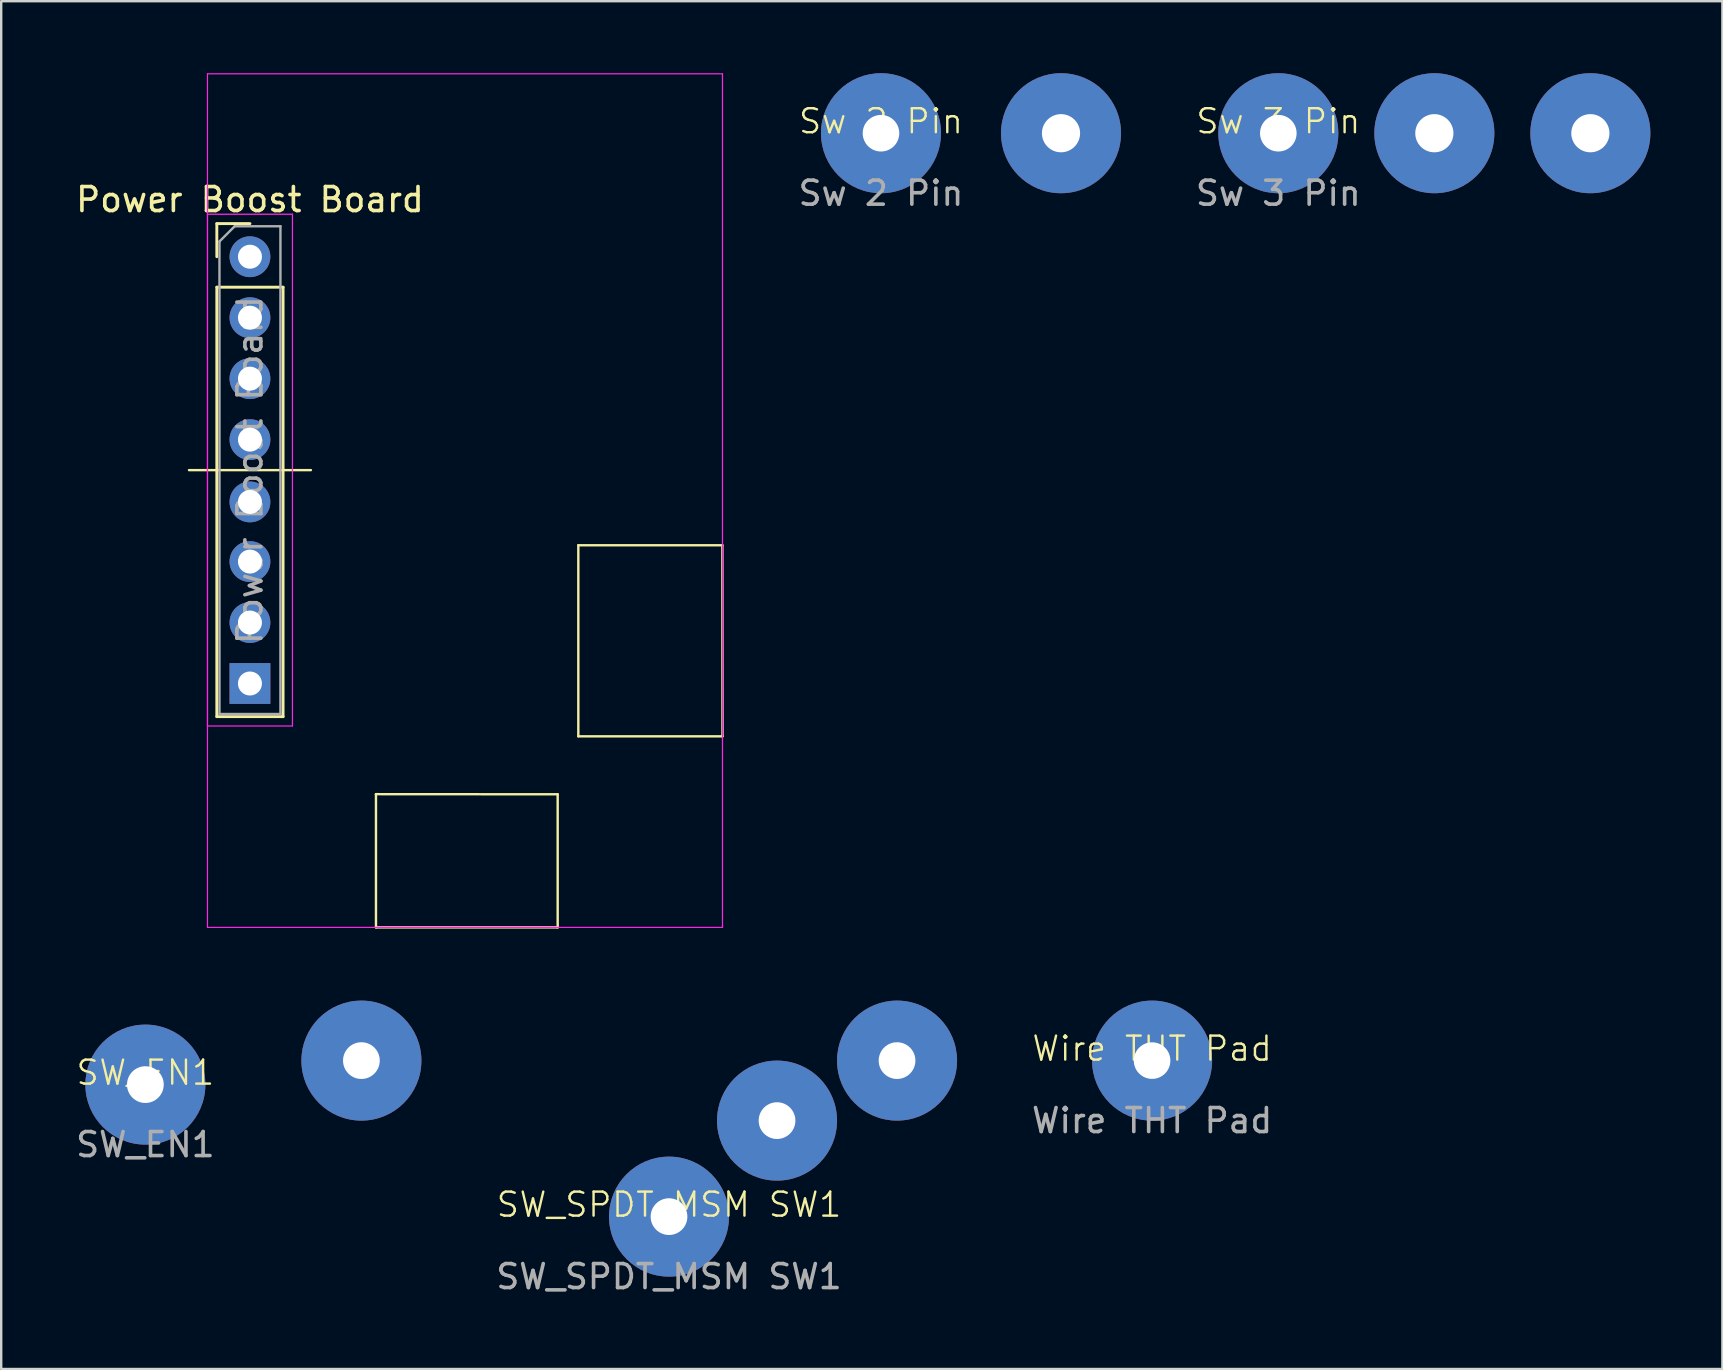
<source format=kicad_pcb>
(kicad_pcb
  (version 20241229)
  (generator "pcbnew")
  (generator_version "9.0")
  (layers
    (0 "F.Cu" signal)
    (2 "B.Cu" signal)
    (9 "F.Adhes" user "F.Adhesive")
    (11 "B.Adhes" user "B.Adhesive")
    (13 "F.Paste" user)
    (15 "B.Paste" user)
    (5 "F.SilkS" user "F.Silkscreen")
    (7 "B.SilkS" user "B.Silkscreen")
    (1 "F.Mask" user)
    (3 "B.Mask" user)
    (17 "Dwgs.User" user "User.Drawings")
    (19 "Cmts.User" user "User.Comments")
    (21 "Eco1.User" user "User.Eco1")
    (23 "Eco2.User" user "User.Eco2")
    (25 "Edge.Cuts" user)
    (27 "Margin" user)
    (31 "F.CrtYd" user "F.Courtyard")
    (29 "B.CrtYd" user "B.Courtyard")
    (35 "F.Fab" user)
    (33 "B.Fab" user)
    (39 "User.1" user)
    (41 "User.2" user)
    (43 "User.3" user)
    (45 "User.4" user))
  (footprint "Wire THT Pad"
    (layer "F.Cu")
    (at 44.946 41.135)
    (property "Reference" "Wire THT Pad" (at 0 -0.5 0) (unlocked yes) (layer "F.SilkS") (effects (font (size 1 1) (thickness 0.1))))
    (attr smd)
    (fp_text user "${REFERENCE}" (at 0 2.5 0) (unlocked yes) (layer "F.Fab") (effects (font (size 1 1) (thickness 0.15))))
    (pad "1" thru_hole circle (at 0 0) (size 5 5) (drill 1.524) (layers "*.Cu" "*.Mask")))
  (footprint "SW_EN1"
    (layer "F.Cu")
    (at 3.006 42.135)
    (property "Reference" "SW_EN1" (at 0 -0.5 0) (unlocked yes) (layer "F.SilkS") (effects (font (size 1 1) (thickness 0.1))))
    (attr smd)
    (fp_text user "${REFERENCE}" (at 0 2.5 0) (unlocked yes) (layer "F.Fab") (effects (font (size 1 1) (thickness 0.15))))
    (pad "1" thru_hole circle (at 0 0) (size 5 5) (drill 1.53) (layers "*.Cu" "*.Mask"))
    (pad "2" thru_hole circle (at 9 -1) (size 5 5) (drill 1.53) (layers "*.Cu" "*.Mask")))
  (footprint "Sw 2 Pin"
    (layer "F.Cu")
    (at 33.652 2.5)
    (property "Reference" "Sw 2 Pin" (at 0 -0.5 0) (unlocked yes) (layer "F.SilkS") (effects (font (size 1 1) (thickness 0.1))))
    (attr smd)
    (fp_text user "${REFERENCE}" (at 0 2.5 0) (unlocked yes) (layer "F.Fab") (effects (font (size 1 1) (thickness 0.15))))
    (pad "1" thru_hole circle (at 0 0) (size 5 5) (drill 1.524) (layers "*.Cu" "*.Mask"))
    (pad "2" thru_hole circle (at 7.5 0) (size 5 5) (drill 1.59) (layers "*.Cu" "*.Mask")))
  (footprint "Sw 3 Pin"
    (layer "F.Cu")
    (at 50.205 2.5)
    (property "Reference" "Sw 3 Pin" (at 0 -0.5 0) (unlocked yes) (layer "F.SilkS") (effects (font (size 1 1) (thickness 0.1))))
    (attr smd)
    (fp_text user "${REFERENCE}" (at 0 2.5 0) (unlocked yes) (layer "F.Fab") (effects (font (size 1 1) (thickness 0.15))))
    (pad "1" thru_hole circle (at 6.5 0) (size 5 5) (drill 1.59) (layers "*.Cu" "*.Mask"))
    (pad "2" thru_hole circle (at 0 0) (size 5 5) (drill 1.524) (layers "*.Cu" "B.Mask"))
    (pad "3" thru_hole circle (at 13 0) (size 5 5) (drill 1.59) (layers "*.Cu" "*.Mask")))
  (footprint "Power Boost Board"
    (layer "F.Cu")
    (at 7.363 7.645)
    (property "Reference" "Power Boost Board" (at 0 -2.38 0) (layer "F.SilkS") (effects (font (size 1 1) (thickness 0.15))))
    (attr through_hole)
    (fp_line (start -2.54 8.89) (end 2.54 8.89) (stroke (width 0.1) (type default)) (layer "F.SilkS"))
    (fp_line (start -1.38 -1.38) (end 0 -1.38) (stroke (width 0.12) (type solid)) (layer "F.SilkS"))
    (fp_line (start -1.38 0) (end -1.38 -1.38) (stroke (width 0.12) (type solid)) (layer "F.SilkS"))
    (fp_line (start -1.38 1.27) (end -1.38 19.16) (stroke (width 0.12) (type solid)) (layer "F.SilkS"))
    (fp_line (start -1.38 1.27) (end 1.38 1.27) (stroke (width 0.12) (type solid)) (layer "F.SilkS"))
    (fp_line (start -1.38 19.16) (end 1.38 19.16) (stroke (width 0.12) (type solid)) (layer "F.SilkS"))
    (fp_line (start 1.38 1.27) (end 1.38 19.16) (stroke (width 0.12) (type solid)) (layer "F.SilkS"))
    (fp_line (start 5.25 22.39) (end 12.82 22.395) (stroke (width 0.1) (type default)) (layer "F.SilkS"))
    (fp_line (start 5.25 22.4) (end 5.25 22.39) (stroke (width 0.1) (type default)) (layer "F.SilkS"))
    (fp_line (start 5.25 27.94) (end 5.25 22.4) (stroke (width 0.1) (type default)) (layer "F.SilkS"))
    (fp_line (start 12.82 22.395) (end 12.82 27.94) (stroke (width 0.1) (type default)) (layer "F.SilkS"))
    (fp_line (start 12.82 27.94) (end 5.25 27.94) (stroke (width 0.1) (type default)) (layer "F.SilkS"))
    (fp_line (start 13.68 12.02) (end 19.68 12.02) (stroke (width 0.1) (type default)) (layer "F.SilkS"))
    (fp_line (start 13.68 19.98) (end 13.68 12.02) (stroke (width 0.1) (type default)) (layer "F.SilkS"))
    (fp_line (start 19.68 12.02) (end 19.685 19.98) (stroke (width 0.1) (type default)) (layer "F.SilkS"))
    (fp_line (start 19.685 19.98) (end 13.68 19.98) (stroke (width 0.1) (type default)) (layer "F.SilkS"))
    (fp_line (start -1.77 -1.77) (end -1.77 19.55) (stroke (width 0.05) (type solid)) (layer "F.CrtYd"))
    (fp_line (start -1.77 8.89) (end -1.77 -7.62) (stroke (width 0.05) (type default)) (layer "F.CrtYd"))
    (fp_line (start -1.77 8.89) (end -1.77 27.94) (stroke (width 0.05) (type default)) (layer "F.CrtYd"))
    (fp_line (start -1.77 19.55) (end 1.77 19.55) (stroke (width 0.05) (type solid)) (layer "F.CrtYd"))
    (fp_line (start -1.77 27.94) (end 19.685 27.94) (stroke (width 0.05) (type default)) (layer "F.CrtYd"))
    (fp_line (start 1.77 -1.77) (end -1.77 -1.77) (stroke (width 0.05) (type solid)) (layer "F.CrtYd"))
    (fp_line (start 1.77 19.55) (end 1.77 -1.77) (stroke (width 0.05) (type solid)) (layer "F.CrtYd"))
    (fp_line (start 19.685 -7.62) (end -1.77 -7.62) (stroke (width 0.05) (type default)) (layer "F.CrtYd"))
    (fp_line (start 19.685 27.94) (end 19.685 -7.62) (stroke (width 0.05) (type default)) (layer "F.CrtYd"))
    (fp_line (start -1.27 -0.635) (end -0.635 -1.27) (stroke (width 0.1) (type solid)) (layer "F.Fab"))
    (fp_line (start -1.27 19.05) (end -1.27 -0.635) (stroke (width 0.1) (type solid)) (layer "F.Fab"))
    (fp_line (start -0.635 -1.27) (end 1.27 -1.27) (stroke (width 0.1) (type solid)) (layer "F.Fab"))
    (fp_line (start 1.27 -1.27) (end 1.27 19.05) (stroke (width 0.1) (type solid)) (layer "F.Fab"))
    (fp_line (start 1.27 19.05) (end -1.27 19.05) (stroke (width 0.1) (type solid)) (layer "F.Fab"))
    (fp_text user "${REFERENCE}" (at 0 8.89 90) (layer "F.Fab") (effects (font (size 1 1) (thickness 0.15))))
    (pad "1" thru_hole rect (at 0 17.78) (size 1.7 1.7) (drill 1) (layers "*.Cu" "*.Mask"))
    (pad "2" thru_hole circle (at 0 15.24) (size 1.7 1.7) (drill 1) (layers "*.Cu" "*.Mask"))
    (pad "3" thru_hole circle (at 0 12.7) (size 1.7 1.7) (drill 1) (layers "*.Cu" "*.Mask"))
    (pad "4" thru_hole circle (at 0 10.215) (size 1.7 1.7) (drill 1) (layers "*.Cu" "*.Mask"))
    (pad "5" thru_hole circle (at 0 7.62) (size 1.7 1.7) (drill 1) (layers "*.Cu" "*.Mask"))
    (pad "6" thru_hole circle (at 0 5.08) (size 1.7 1.7) (drill 1) (layers "*.Cu" "*.Mask"))
    (pad "7" thru_hole circle (at 0 2.54) (size 1.7 1.7) (drill 1) (layers "*.Cu" "*.Mask"))
    (pad "8" thru_hole circle (at 0 0) (size 1.7 1.7) (drill 1) (layers "*.Cu" "*.Mask")))
  (footprint "SW_SPDT_MSM SW1"
    (layer "F.Cu")
    (at 24.821 47.635)
    (property "Reference" "SW_SPDT_MSM SW1" (at 0 -0.5 0) (unlocked yes) (layer "F.SilkS") (effects (font (size 1 1) (thickness 0.1))))
    (attr smd)
    (fp_text user "${REFERENCE}" (at 0 2.5 0) (unlocked yes) (layer "F.Fab") (effects (font (size 1 1) (thickness 0.15))))
    (pad "1" thru_hole circle (at 0 0) (size 5 5) (drill 1.53) (layers "*.Cu" "*.Mask"))
    (pad "2" thru_hole circle (at 4.5 -4) (size 5 5) (drill 1.53) (layers "*.Cu" "*.Mask"))
    (pad "3" thru_hole circle (at 9.5 -6.5) (size 5 5) (drill 1.53) (layers "*.Cu" "*.Mask")))
  (gr_rect
    (start -3 -3)
    (end 68.705 53.983)
    (stroke (width 0.1) (type default))
    (fill no)
    (layer "Edge.Cuts")))
</source>
